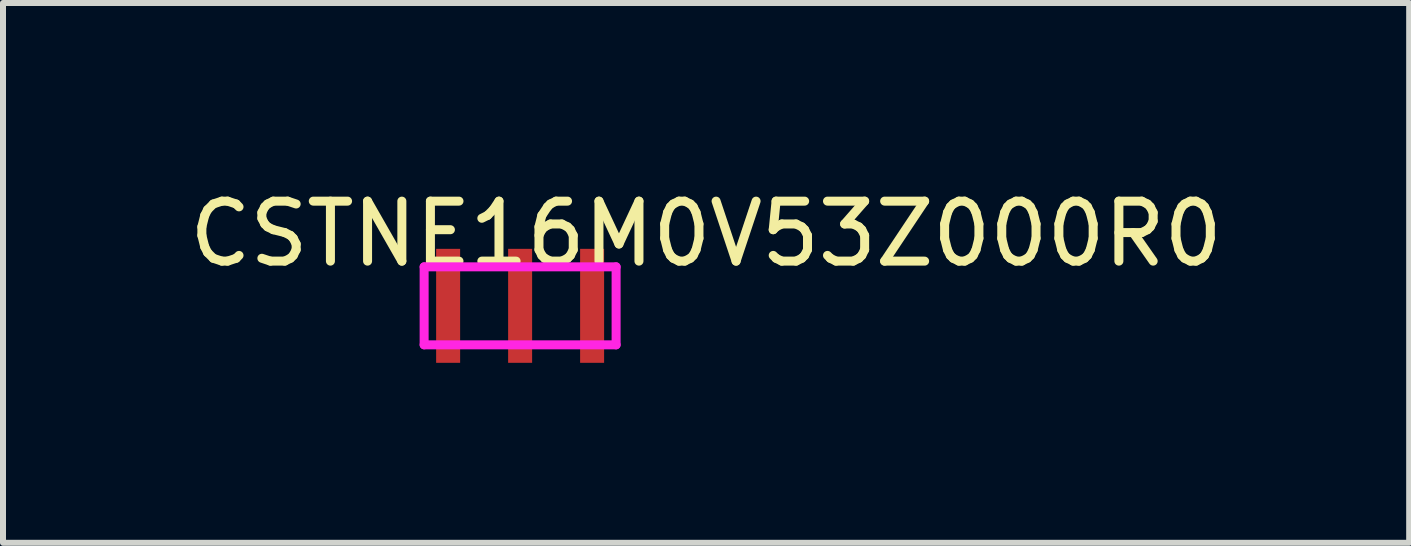
<source format=kicad_pcb>
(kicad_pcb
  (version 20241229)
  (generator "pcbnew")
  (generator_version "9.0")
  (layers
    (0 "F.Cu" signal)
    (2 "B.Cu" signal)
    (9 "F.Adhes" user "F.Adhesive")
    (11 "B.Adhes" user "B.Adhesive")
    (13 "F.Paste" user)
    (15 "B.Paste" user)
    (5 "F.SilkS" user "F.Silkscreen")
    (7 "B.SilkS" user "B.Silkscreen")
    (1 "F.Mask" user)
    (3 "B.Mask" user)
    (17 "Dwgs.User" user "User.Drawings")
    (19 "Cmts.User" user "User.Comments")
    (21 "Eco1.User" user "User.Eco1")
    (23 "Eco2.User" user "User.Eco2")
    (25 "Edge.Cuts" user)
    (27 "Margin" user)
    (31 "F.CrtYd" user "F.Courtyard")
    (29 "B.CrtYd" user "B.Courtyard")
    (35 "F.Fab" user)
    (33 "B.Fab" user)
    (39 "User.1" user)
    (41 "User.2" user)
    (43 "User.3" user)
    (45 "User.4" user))
  (footprint "CSTNE16M0V53Z000R0"
    (layer "F.Cu")
    (at 5.62 2.048)
    (property "Reference" "CSTNE16M0V53Z000R0" (at 3.1 -1.2 0) (layer "F.SilkS") (effects (font (size 1 1) (thickness 0.15))))
    (attr through_hole)
    (fp_line (start -1.6 -0.65) (end -1.6 0.65) (stroke (width 0.15) (type solid)) (layer "F.CrtYd"))
    (fp_line (start -1.6 -0.65) (end 1.6 -0.65) (stroke (width 0.15) (type solid)) (layer "F.CrtYd"))
    (fp_line (start -1.6 0.65) (end 1.6 0.65) (stroke (width 0.15) (type solid)) (layer "F.CrtYd"))
    (fp_line (start 1.6 -0.65) (end 1.6 0.65) (stroke (width 0.15) (type solid)) (layer "F.CrtYd"))
    (pad "1" smd rect (at -1.2 0) (size 0.4 1.9) (layers "F.Cu" "F.Mask" "F.Paste"))
    (pad "2" smd rect (at 0 0) (size 0.4 1.9) (layers "F.Cu" "F.Mask" "F.Paste"))
    (pad "3" smd rect (at 1.2 0) (size 0.4 1.9) (layers "F.Cu" "F.Mask" "F.Paste")))
  (gr_rect
    (start -3 -3)
    (end 20.44 5.998)
    (stroke (width 0.1) (type default))
    (fill no)
    (layer "Edge.Cuts")))
</source>
